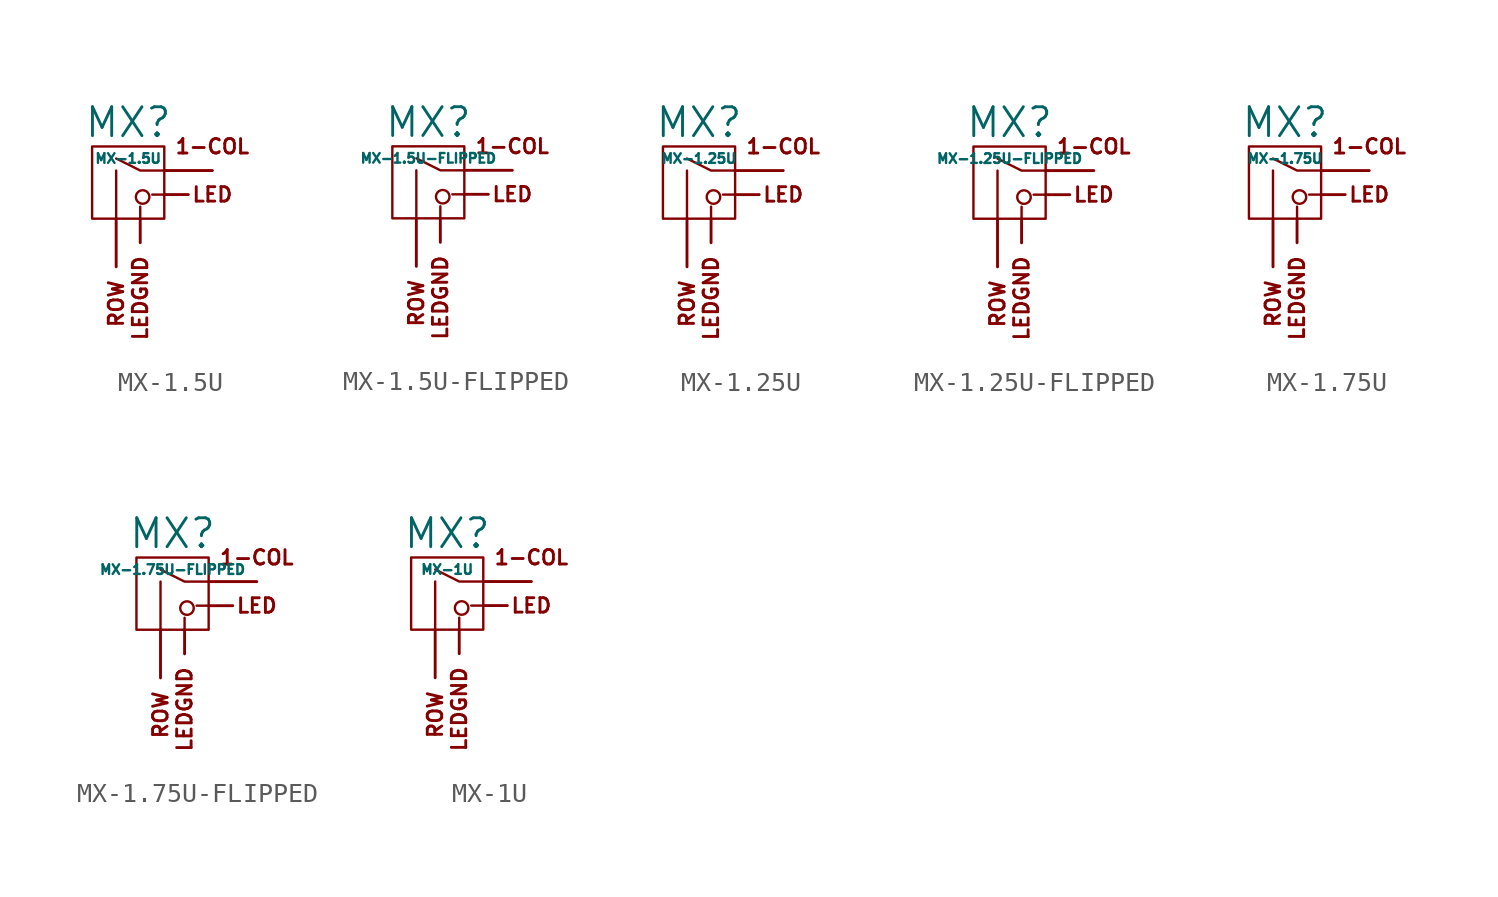
<source format=kicad_sym>
(kicad_symbol_lib
  (version 20211014)
  (generator kicad_symbol_editor)
  (symbol "MX-1.5U"
    (pin_names
      (offset 1.016))
    (property "Reference" "MX"
      (at 0 3.175 0)
      (effects (font (size 1.524 1.524))))
    (property "Value" "MX-1.5U"
      (at 0 1.27 0)
      (effects (font (size 0.508 0.508))))
    (symbol "MX-1.5U_0_0"
      (polyline (pts (xy -0.635 -1.905) (xy -0.635 0.635)) (stroke (width 0.127) (type default) (color 0 0 0 0)) (fill (type none)))
      (polyline (pts (xy 0.635 -1.905) (xy 0.635 -1.27)) (stroke (width 0.127) (type default) (color 0 0 0 0)) (fill (type none)))
      (polyline (pts (xy 1.905 -0.635) (xy 1.27 -0.635)) (stroke (width 0.127) (type default) (color 0 0 0 0)) (fill (type none)))
      (polyline (pts (xy 1.905 0.635) (xy 0.635 0.635) (xy -0.635 1.27)) (stroke (width 0.127) (type default) (color 0 0 0 0)) (fill (type none)))
      (circle (center 0.762 -0.762) (radius 0.356) (stroke (width 0.127) (type default) (color 0 0 0 0)) (fill (type none)))
      (rectangle (start 1.905 -1.905) (end -1.905 1.905) (stroke (width 0.127) (type default) (color 0 0 0 0)) (fill (type none)))
      (text "1-COL" (at 4.445 1.905 0) (effects (font (size 0.762 0.762))))
      (text "LED" (at 4.445 -0.635 0) (effects (font (size 0.762 0.762))))
      (text "ROW" (at -0.635 -5.08 900) (effects (font (size 0.762 0.762)) (justify right))))
    (symbol "MX-1.5U_1_0"
      (text "LEDGND" (at 0.635 -3.81 900) (effects (font (size 0.762 0.762)) (justify right))))
    (symbol "MX-1.5U_1_1"
      (pin passive line (at 4.445 0.635 180) (length 2.54) (name "COL" (effects (font (size 0 0)))) (number "1" (effects (font (size 0 0)))))
      (pin passive line (at -0.635 -4.445 90) (length 2.54) (name "ROW" (effects (font (size 0 0)))) (number "2" (effects (font (size 0 0)))))
      (pin passive line (at 3.175 -0.635 180) (length 1.27) (name "LED" (effects (font (size 0 0)))) (number "3" (effects (font (size 0 0)))))
      (pin passive line (at 0.635 -3.175 90) (length 1.27) (name "LEDGND" (effects (font (size 0 0)))) (number "4" (effects (font (size 0 0)))))))
  (symbol "MX-1.5U-FLIPPED"
    (pin_names
      (offset 1.016))
    (property "Reference" "MX"
      (at 0 3.175 0)
      (effects (font (size 1.524 1.524))))
    (property "Value" "MX-1.5U-FLIPPED"
      (at 0 1.27 0)
      (effects (font (size 0.508 0.508))))
    (symbol "MX-1.5U-FLIPPED_0_0"
      (polyline (pts (xy -0.635 -1.905) (xy -0.635 0.635)) (stroke (width 0.127) (type default) (color 0 0 0 0)) (fill (type none)))
      (polyline (pts (xy 0.635 -1.905) (xy 0.635 -1.27)) (stroke (width 0.127) (type default) (color 0 0 0 0)) (fill (type none)))
      (polyline (pts (xy 1.905 -0.635) (xy 1.27 -0.635)) (stroke (width 0.127) (type default) (color 0 0 0 0)) (fill (type none)))
      (polyline (pts (xy 1.905 0.635) (xy 0.635 0.635) (xy -0.635 1.27)) (stroke (width 0.127) (type default) (color 0 0 0 0)) (fill (type none)))
      (circle (center 0.762 -0.762) (radius 0.356) (stroke (width 0.127) (type default) (color 0 0 0 0)) (fill (type none)))
      (rectangle (start 1.905 -1.905) (end -1.905 1.905) (stroke (width 0.127) (type default) (color 0 0 0 0)) (fill (type none)))
      (text "1-COL" (at 4.445 1.905 0) (effects (font (size 0.762 0.762))))
      (text "LED" (at 4.445 -0.635 0) (effects (font (size 0.762 0.762))))
      (text "ROW" (at -0.635 -5.08 900) (effects (font (size 0.762 0.762)) (justify right))))
    (symbol "MX-1.5U-FLIPPED_1_0"
      (text "LEDGND" (at 0.635 -3.81 900) (effects (font (size 0.762 0.762)) (justify right))))
    (symbol "MX-1.5U-FLIPPED_1_1"
      (pin passive line (at -0.635 -4.445 90) (length 2.54) (name "ROW" (effects (font (size 0 0)))) (number "1" (effects (font (size 0 0)))))
      (pin passive line (at 4.445 0.635 180) (length 2.54) (name "COL" (effects (font (size 0 0)))) (number "2" (effects (font (size 0 0)))))
      (pin passive line (at 3.175 -0.635 180) (length 1.27) (name "LED" (effects (font (size 0 0)))) (number "3" (effects (font (size 0 0)))))
      (pin passive line (at 0.635 -3.175 90) (length 1.27) (name "LEDGND" (effects (font (size 0 0)))) (number "4" (effects (font (size 0 0)))))))
  (symbol "MX-1.25U"
    (pin_names
      (offset 1.016))
    (property "Reference" "MX"
      (at 0 3.175 0)
      (effects (font (size 1.524 1.524))))
    (property "Value" "MX-1.25U"
      (at 0 1.27 0)
      (effects (font (size 0.508 0.508))))
    (symbol "MX-1.25U_0_0"
      (polyline (pts (xy -0.635 -1.905) (xy -0.635 0.635)) (stroke (width 0.127) (type default) (color 0 0 0 0)) (fill (type none)))
      (polyline (pts (xy 0.635 -1.905) (xy 0.635 -1.27)) (stroke (width 0.127) (type default) (color 0 0 0 0)) (fill (type none)))
      (polyline (pts (xy 1.905 -0.635) (xy 1.27 -0.635)) (stroke (width 0.127) (type default) (color 0 0 0 0)) (fill (type none)))
      (polyline (pts (xy 1.905 0.635) (xy 0.635 0.635) (xy -0.635 1.27)) (stroke (width 0.127) (type default) (color 0 0 0 0)) (fill (type none)))
      (circle (center 0.762 -0.762) (radius 0.356) (stroke (width 0.127) (type default) (color 0 0 0 0)) (fill (type none)))
      (rectangle (start 1.905 -1.905) (end -1.905 1.905) (stroke (width 0.127) (type default) (color 0 0 0 0)) (fill (type none)))
      (text "1-COL" (at 4.445 1.905 0) (effects (font (size 0.762 0.762))))
      (text "LED" (at 4.445 -0.635 0) (effects (font (size 0.762 0.762))))
      (text "ROW" (at -0.635 -5.08 900) (effects (font (size 0.762 0.762)) (justify right))))
    (symbol "MX-1.25U_1_0"
      (text "LEDGND" (at 0.635 -3.81 900) (effects (font (size 0.762 0.762)) (justify right))))
    (symbol "MX-1.25U_1_1"
      (pin passive line (at 4.445 0.635 180) (length 2.54) (name "COL" (effects (font (size 0 0)))) (number "1" (effects (font (size 0 0)))))
      (pin passive line (at -0.635 -4.445 90) (length 2.54) (name "ROW" (effects (font (size 0 0)))) (number "2" (effects (font (size 0 0)))))
      (pin passive line (at 3.175 -0.635 180) (length 1.27) (name "LED" (effects (font (size 0 0)))) (number "3" (effects (font (size 0 0)))))
      (pin passive line (at 0.635 -3.175 90) (length 1.27) (name "LEDGND" (effects (font (size 0 0)))) (number "4" (effects (font (size 0 0)))))))
  (symbol "MX-1.25U-FLIPPED"
    (pin_names
      (offset 1.016))
    (property "Reference" "MX"
      (at 0 3.175 0)
      (effects (font (size 1.524 1.524))))
    (property "Value" "MX-1.25U-FLIPPED"
      (at 0 1.27 0)
      (effects (font (size 0.508 0.508))))
    (symbol "MX-1.25U-FLIPPED_0_0"
      (polyline (pts (xy -0.635 -1.905) (xy -0.635 0.635)) (stroke (width 0.127) (type default) (color 0 0 0 0)) (fill (type none)))
      (polyline (pts (xy 0.635 -1.905) (xy 0.635 -1.27)) (stroke (width 0.127) (type default) (color 0 0 0 0)) (fill (type none)))
      (polyline (pts (xy 1.905 -0.635) (xy 1.27 -0.635)) (stroke (width 0.127) (type default) (color 0 0 0 0)) (fill (type none)))
      (polyline (pts (xy 1.905 0.635) (xy 0.635 0.635) (xy -0.635 1.27)) (stroke (width 0.127) (type default) (color 0 0 0 0)) (fill (type none)))
      (circle (center 0.762 -0.762) (radius 0.356) (stroke (width 0.127) (type default) (color 0 0 0 0)) (fill (type none)))
      (rectangle (start 1.905 -1.905) (end -1.905 1.905) (stroke (width 0.127) (type default) (color 0 0 0 0)) (fill (type none)))
      (text "1-COL" (at 4.445 1.905 0) (effects (font (size 0.762 0.762))))
      (text "LED" (at 4.445 -0.635 0) (effects (font (size 0.762 0.762))))
      (text "ROW" (at -0.635 -5.08 900) (effects (font (size 0.762 0.762)) (justify right))))
    (symbol "MX-1.25U-FLIPPED_1_0"
      (text "LEDGND" (at 0.635 -3.81 900) (effects (font (size 0.762 0.762)) (justify right))))
    (symbol "MX-1.25U-FLIPPED_1_1"
      (pin passive line (at -0.635 -4.445 90) (length 2.54) (name "ROW" (effects (font (size 0 0)))) (number "1" (effects (font (size 0 0)))))
      (pin passive line (at 4.445 0.635 180) (length 2.54) (name "COL" (effects (font (size 0 0)))) (number "2" (effects (font (size 0 0)))))
      (pin passive line (at 3.175 -0.635 180) (length 1.27) (name "LED" (effects (font (size 0 0)))) (number "3" (effects (font (size 0 0)))))
      (pin passive line (at 0.635 -3.175 90) (length 1.27) (name "LEDGND" (effects (font (size 0 0)))) (number "4" (effects (font (size 0 0)))))))
  (symbol "MX-1.75U"
    (pin_names
      (offset 1.016))
    (property "Reference" "MX"
      (at 0 3.175 0)
      (effects (font (size 1.524 1.524))))
    (property "Value" "MX-1.75U"
      (at 0 1.27 0)
      (effects (font (size 0.508 0.508))))
    (symbol "MX-1.75U_0_0"
      (polyline (pts (xy -0.635 -1.905) (xy -0.635 0.635)) (stroke (width 0.127) (type default) (color 0 0 0 0)) (fill (type none)))
      (polyline (pts (xy 0.635 -1.905) (xy 0.635 -1.27)) (stroke (width 0.127) (type default) (color 0 0 0 0)) (fill (type none)))
      (polyline (pts (xy 1.905 -0.635) (xy 1.27 -0.635)) (stroke (width 0.127) (type default) (color 0 0 0 0)) (fill (type none)))
      (polyline (pts (xy 1.905 0.635) (xy 0.635 0.635) (xy -0.635 1.27)) (stroke (width 0.127) (type default) (color 0 0 0 0)) (fill (type none)))
      (circle (center 0.762 -0.762) (radius 0.356) (stroke (width 0.127) (type default) (color 0 0 0 0)) (fill (type none)))
      (rectangle (start 1.905 -1.905) (end -1.905 1.905) (stroke (width 0.127) (type default) (color 0 0 0 0)) (fill (type none)))
      (text "1-COL" (at 4.445 1.905 0) (effects (font (size 0.762 0.762))))
      (text "LED" (at 4.445 -0.635 0) (effects (font (size 0.762 0.762))))
      (text "ROW" (at -0.635 -5.08 900) (effects (font (size 0.762 0.762)) (justify right))))
    (symbol "MX-1.75U_1_0"
      (text "LEDGND" (at 0.635 -3.81 900) (effects (font (size 0.762 0.762)) (justify right))))
    (symbol "MX-1.75U_1_1"
      (pin passive line (at 4.445 0.635 180) (length 2.54) (name "COL" (effects (font (size 0 0)))) (number "1" (effects (font (size 0 0)))))
      (pin passive line (at -0.635 -4.445 90) (length 2.54) (name "ROW" (effects (font (size 0 0)))) (number "2" (effects (font (size 0 0)))))
      (pin passive line (at 3.175 -0.635 180) (length 1.27) (name "LED" (effects (font (size 0 0)))) (number "3" (effects (font (size 0 0)))))
      (pin passive line (at 0.635 -3.175 90) (length 1.27) (name "LEDGND" (effects (font (size 0 0)))) (number "4" (effects (font (size 0 0)))))))
  (symbol "MX-1.75U-FLIPPED"
    (pin_names
      (offset 1.016))
    (property "Reference" "MX"
      (at 0 3.175 0)
      (effects (font (size 1.524 1.524))))
    (property "Value" "MX-1.75U-FLIPPED"
      (at 0 1.27 0)
      (effects (font (size 0.508 0.508))))
    (symbol "MX-1.75U-FLIPPED_0_0"
      (polyline (pts (xy -0.635 -1.905) (xy -0.635 0.635)) (stroke (width 0.127) (type default) (color 0 0 0 0)) (fill (type none)))
      (polyline (pts (xy 0.635 -1.905) (xy 0.635 -1.27)) (stroke (width 0.127) (type default) (color 0 0 0 0)) (fill (type none)))
      (polyline (pts (xy 1.905 -0.635) (xy 1.27 -0.635)) (stroke (width 0.127) (type default) (color 0 0 0 0)) (fill (type none)))
      (polyline (pts (xy 1.905 0.635) (xy 0.635 0.635) (xy -0.635 1.27)) (stroke (width 0.127) (type default) (color 0 0 0 0)) (fill (type none)))
      (circle (center 0.762 -0.762) (radius 0.356) (stroke (width 0.127) (type default) (color 0 0 0 0)) (fill (type none)))
      (rectangle (start 1.905 -1.905) (end -1.905 1.905) (stroke (width 0.127) (type default) (color 0 0 0 0)) (fill (type none)))
      (text "1-COL" (at 4.445 1.905 0) (effects (font (size 0.762 0.762))))
      (text "LED" (at 4.445 -0.635 0) (effects (font (size 0.762 0.762))))
      (text "ROW" (at -0.635 -5.08 900) (effects (font (size 0.762 0.762)) (justify right))))
    (symbol "MX-1.75U-FLIPPED_1_0"
      (text "LEDGND" (at 0.635 -3.81 900) (effects (font (size 0.762 0.762)) (justify right))))
    (symbol "MX-1.75U-FLIPPED_1_1"
      (pin passive line (at -0.635 -4.445 90) (length 2.54) (name "ROW" (effects (font (size 0 0)))) (number "1" (effects (font (size 0 0)))))
      (pin passive line (at 4.445 0.635 180) (length 2.54) (name "COL" (effects (font (size 0 0)))) (number "2" (effects (font (size 0 0)))))
      (pin passive line (at 3.175 -0.635 180) (length 1.27) (name "LED" (effects (font (size 0 0)))) (number "3" (effects (font (size 0 0)))))
      (pin passive line (at 0.635 -3.175 90) (length 1.27) (name "LEDGND" (effects (font (size 0 0)))) (number "4" (effects (font (size 0 0)))))))
  (symbol "MX-1U"
    (pin_names
      (offset 1.016))
    (property "Reference" "MX"
      (at 0 3.175 0)
      (effects (font (size 1.524 1.524))))
    (property "Value" "MX-1U"
      (at 0 1.27 0)
      (effects (font (size 0.508 0.508))))
    (symbol "MX-1U_0_0"
      (polyline (pts (xy -0.635 -1.905) (xy -0.635 0.635)) (stroke (width 0.127) (type default) (color 0 0 0 0)) (fill (type none)))
      (polyline (pts (xy 0.635 -1.905) (xy 0.635 -1.27)) (stroke (width 0.127) (type default) (color 0 0 0 0)) (fill (type none)))
      (polyline (pts (xy 1.905 -0.635) (xy 1.27 -0.635)) (stroke (width 0.127) (type default) (color 0 0 0 0)) (fill (type none)))
      (polyline (pts (xy 1.905 0.635) (xy 0.635 0.635) (xy -0.635 1.27)) (stroke (width 0.127) (type default) (color 0 0 0 0)) (fill (type none)))
      (circle (center 0.762 -0.762) (radius 0.356) (stroke (width 0.127) (type default) (color 0 0 0 0)) (fill (type none)))
      (rectangle (start 1.905 -1.905) (end -1.905 1.905) (stroke (width 0.127) (type default) (color 0 0 0 0)) (fill (type none)))
      (text "1-COL" (at 4.445 1.905 0) (effects (font (size 0.762 0.762))))
      (text "LED" (at 4.445 -0.635 0) (effects (font (size 0.762 0.762))))
      (text "ROW" (at -0.635 -5.08 900) (effects (font (size 0.762 0.762)) (justify right))))
    (symbol "MX-1U_1_0"
      (text "LEDGND" (at 0.635 -3.81 900) (effects (font (size 0.762 0.762)) (justify right))))
    (symbol "MX-1U_1_1"
      (pin passive line (at 4.445 0.635 180) (length 2.54) (name "COL" (effects (font (size 0 0)))) (number "1" (effects (font (size 0 0)))))
      (pin passive line (at -0.635 -4.445 90) (length 2.54) (name "ROW" (effects (font (size 0 0)))) (number "2" (effects (font (size 0 0)))))
      (pin passive line (at 3.175 -0.635 180) (length 1.27) (name "LED" (effects (font (size 0 0)))) (number "3" (effects (font (size 0 0)))))
      (pin passive line (at 0.635 -3.175 90) (length 1.27) (name "LEDGND" (effects (font (size 0 0)))) (number "4" (effects (font (size 0 0))))))))
</source>
